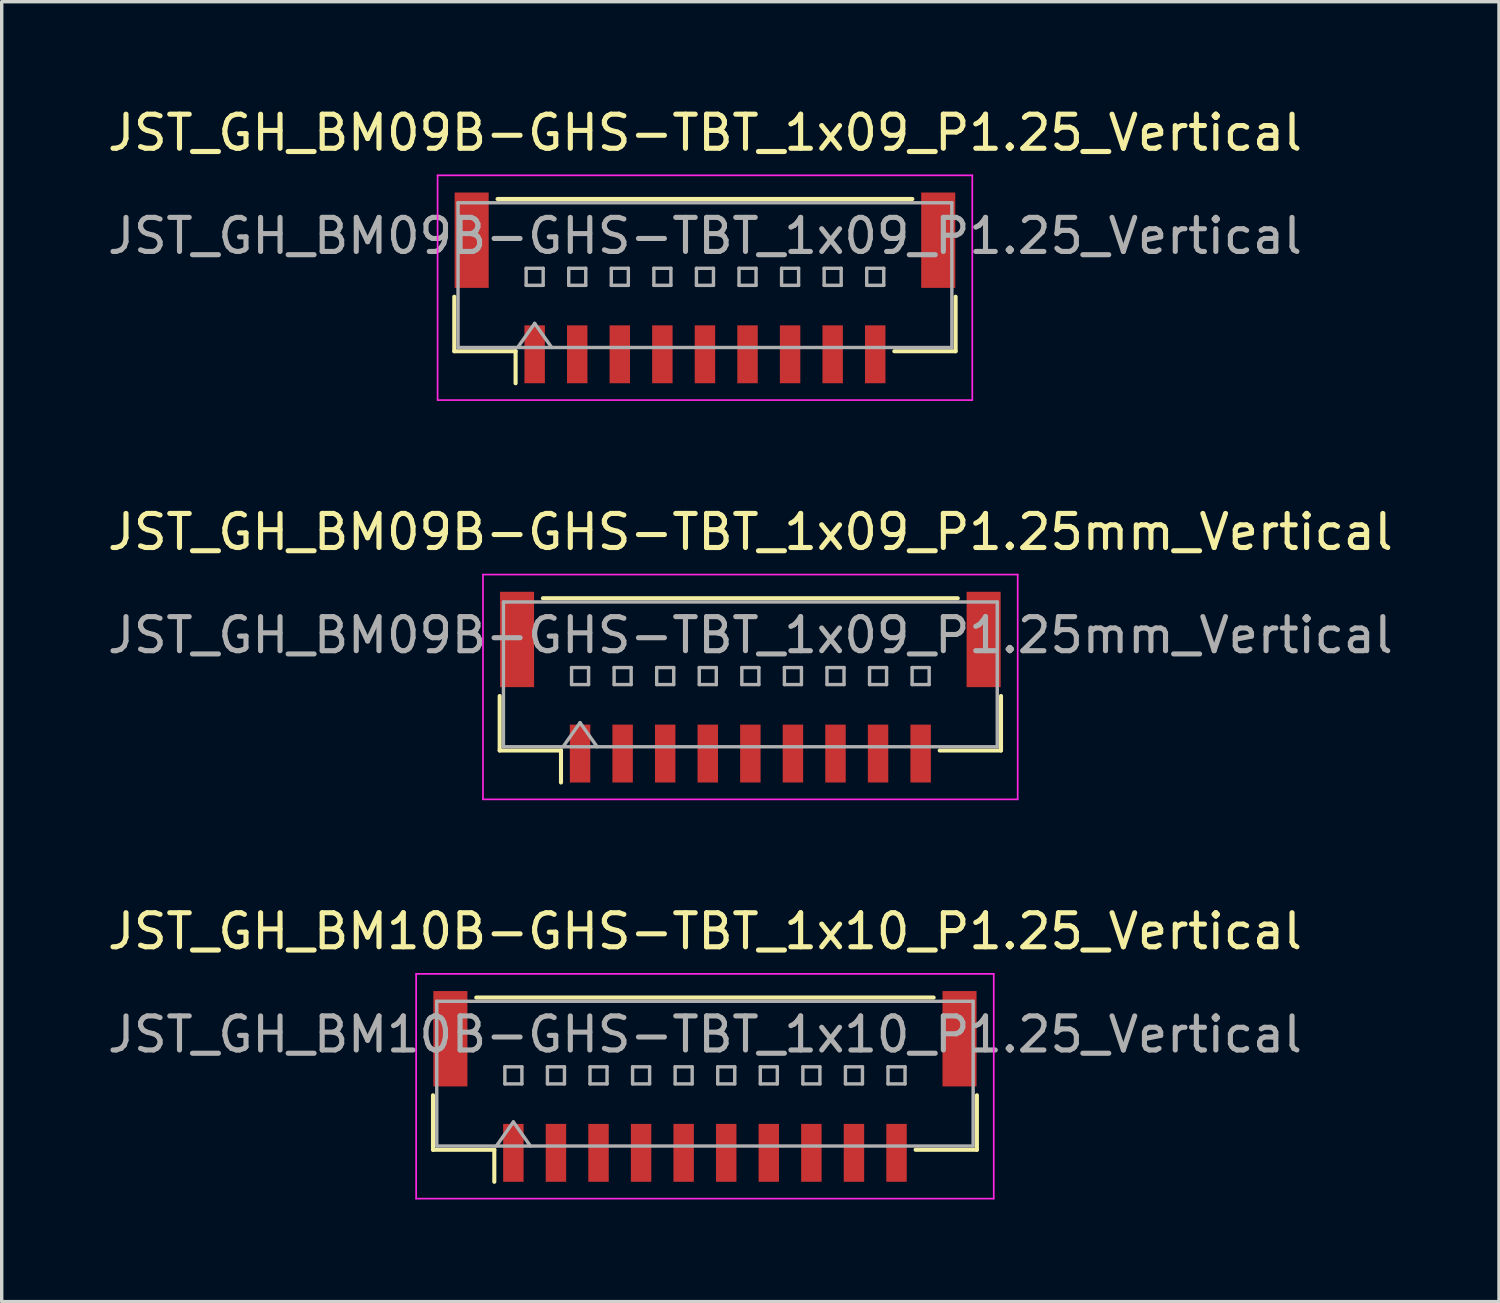
<source format=kicad_pcb>
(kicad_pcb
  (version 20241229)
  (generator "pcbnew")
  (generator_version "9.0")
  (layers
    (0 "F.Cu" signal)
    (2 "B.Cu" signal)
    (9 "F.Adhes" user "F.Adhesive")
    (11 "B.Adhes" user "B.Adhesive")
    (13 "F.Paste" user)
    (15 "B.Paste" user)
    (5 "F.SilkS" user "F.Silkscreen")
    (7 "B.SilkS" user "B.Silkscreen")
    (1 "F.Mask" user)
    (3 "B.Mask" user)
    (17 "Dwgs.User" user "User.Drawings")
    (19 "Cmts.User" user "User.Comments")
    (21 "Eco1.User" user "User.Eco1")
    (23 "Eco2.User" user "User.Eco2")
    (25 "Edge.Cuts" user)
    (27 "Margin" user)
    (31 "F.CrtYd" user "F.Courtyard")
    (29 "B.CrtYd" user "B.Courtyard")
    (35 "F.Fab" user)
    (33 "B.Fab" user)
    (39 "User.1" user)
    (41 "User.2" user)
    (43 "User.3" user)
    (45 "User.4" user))
  (footprint "JST_GH_BM09B-GHS-TBT_1x09_P1.25_Vertical"
    (layer "F.Cu")
    (at 17.649 5.678)
    (property "Reference" "JST_GH_BM09B-GHS-TBT_1x09_P1.25_Vertical" (at 0 -4.83 0) (layer "F.SilkS") (effects (font (size 1 1) (thickness 0.15))))
    (attr smd)
    (fp_line (start -7.36 -0.015) (end -7.36 1.585) (stroke (width 0.12) (type solid)) (layer "F.SilkS"))
    (fp_line (start -7.36 1.585) (end -5.56 1.585) (stroke (width 0.12) (type solid)) (layer "F.SilkS"))
    (fp_line (start -6.09 -2.885) (end 6.09 -2.885) (stroke (width 0.12) (type solid)) (layer "F.SilkS"))
    (fp_line (start -5.56 1.585) (end -5.56 2.525) (stroke (width 0.12) (type solid)) (layer "F.SilkS"))
    (fp_line (start 7.36 -0.015) (end 7.36 1.585) (stroke (width 0.12) (type solid)) (layer "F.SilkS"))
    (fp_line (start 7.36 1.585) (end 5.56 1.585) (stroke (width 0.12) (type solid)) (layer "F.SilkS"))
    (fp_line (start -7.85 -3.58) (end -7.85 3.02) (stroke (width 0.05) (type solid)) (layer "F.CrtYd"))
    (fp_line (start -7.85 3.02) (end 7.85 3.02) (stroke (width 0.05) (type solid)) (layer "F.CrtYd"))
    (fp_line (start 7.85 -3.58) (end -7.85 -3.58) (stroke (width 0.05) (type solid)) (layer "F.CrtYd"))
    (fp_line (start 7.85 3.02) (end 7.85 -3.58) (stroke (width 0.05) (type solid)) (layer "F.CrtYd"))
    (fp_line (start -7.25 -2.775) (end -7.25 1.475) (stroke (width 0.1) (type solid)) (layer "F.Fab"))
    (fp_line (start -7.25 1.475) (end 7.25 1.475) (stroke (width 0.1) (type solid)) (layer "F.Fab"))
    (fp_line (start -5.5 1.475) (end -5 0.768) (stroke (width 0.1) (type solid)) (layer "F.Fab"))
    (fp_line (start -5.25 -0.85) (end -5.25 -0.35) (stroke (width 0.1) (type solid)) (layer "F.Fab"))
    (fp_line (start -5.25 -0.35) (end -4.75 -0.35) (stroke (width 0.1) (type solid)) (layer "F.Fab"))
    (fp_line (start -5 0.768) (end -4.5 1.475) (stroke (width 0.1) (type solid)) (layer "F.Fab"))
    (fp_line (start -4.75 -0.85) (end -5.25 -0.85) (stroke (width 0.1) (type solid)) (layer "F.Fab"))
    (fp_line (start -4.75 -0.35) (end -4.75 -0.85) (stroke (width 0.1) (type solid)) (layer "F.Fab"))
    (fp_line (start -4 -0.85) (end -4 -0.35) (stroke (width 0.1) (type solid)) (layer "F.Fab"))
    (fp_line (start -4 -0.35) (end -3.5 -0.35) (stroke (width 0.1) (type solid)) (layer "F.Fab"))
    (fp_line (start -3.5 -0.85) (end -4 -0.85) (stroke (width 0.1) (type solid)) (layer "F.Fab"))
    (fp_line (start -3.5 -0.35) (end -3.5 -0.85) (stroke (width 0.1) (type solid)) (layer "F.Fab"))
    (fp_line (start -2.75 -0.85) (end -2.75 -0.35) (stroke (width 0.1) (type solid)) (layer "F.Fab"))
    (fp_line (start -2.75 -0.35) (end -2.25 -0.35) (stroke (width 0.1) (type solid)) (layer "F.Fab"))
    (fp_line (start -2.25 -0.85) (end -2.75 -0.85) (stroke (width 0.1) (type solid)) (layer "F.Fab"))
    (fp_line (start -2.25 -0.35) (end -2.25 -0.85) (stroke (width 0.1) (type solid)) (layer "F.Fab"))
    (fp_line (start -1.5 -0.85) (end -1.5 -0.35) (stroke (width 0.1) (type solid)) (layer "F.Fab"))
    (fp_line (start -1.5 -0.35) (end -1 -0.35) (stroke (width 0.1) (type solid)) (layer "F.Fab"))
    (fp_line (start -1 -0.85) (end -1.5 -0.85) (stroke (width 0.1) (type solid)) (layer "F.Fab"))
    (fp_line (start -1 -0.35) (end -1 -0.85) (stroke (width 0.1) (type solid)) (layer "F.Fab"))
    (fp_line (start -0.25 -0.85) (end -0.25 -0.35) (stroke (width 0.1) (type solid)) (layer "F.Fab"))
    (fp_line (start -0.25 -0.35) (end 0.25 -0.35) (stroke (width 0.1) (type solid)) (layer "F.Fab"))
    (fp_line (start 0.25 -0.85) (end -0.25 -0.85) (stroke (width 0.1) (type solid)) (layer "F.Fab"))
    (fp_line (start 0.25 -0.35) (end 0.25 -0.85) (stroke (width 0.1) (type solid)) (layer "F.Fab"))
    (fp_line (start 1 -0.85) (end 1 -0.35) (stroke (width 0.1) (type solid)) (layer "F.Fab"))
    (fp_line (start 1 -0.35) (end 1.5 -0.35) (stroke (width 0.1) (type solid)) (layer "F.Fab"))
    (fp_line (start 1.5 -0.85) (end 1 -0.85) (stroke (width 0.1) (type solid)) (layer "F.Fab"))
    (fp_line (start 1.5 -0.35) (end 1.5 -0.85) (stroke (width 0.1) (type solid)) (layer "F.Fab"))
    (fp_line (start 2.25 -0.85) (end 2.25 -0.35) (stroke (width 0.1) (type solid)) (layer "F.Fab"))
    (fp_line (start 2.25 -0.35) (end 2.75 -0.35) (stroke (width 0.1) (type solid)) (layer "F.Fab"))
    (fp_line (start 2.75 -0.85) (end 2.25 -0.85) (stroke (width 0.1) (type solid)) (layer "F.Fab"))
    (fp_line (start 2.75 -0.35) (end 2.75 -0.85) (stroke (width 0.1) (type solid)) (layer "F.Fab"))
    (fp_line (start 3.5 -0.85) (end 3.5 -0.35) (stroke (width 0.1) (type solid)) (layer "F.Fab"))
    (fp_line (start 3.5 -0.35) (end 4 -0.35) (stroke (width 0.1) (type solid)) (layer "F.Fab"))
    (fp_line (start 4 -0.85) (end 3.5 -0.85) (stroke (width 0.1) (type solid)) (layer "F.Fab"))
    (fp_line (start 4 -0.35) (end 4 -0.85) (stroke (width 0.1) (type solid)) (layer "F.Fab"))
    (fp_line (start 4.75 -0.85) (end 4.75 -0.35) (stroke (width 0.1) (type solid)) (layer "F.Fab"))
    (fp_line (start 4.75 -0.35) (end 5.25 -0.35) (stroke (width 0.1) (type solid)) (layer "F.Fab"))
    (fp_line (start 5.25 -0.85) (end 4.75 -0.85) (stroke (width 0.1) (type solid)) (layer "F.Fab"))
    (fp_line (start 5.25 -0.35) (end 5.25 -0.85) (stroke (width 0.1) (type solid)) (layer "F.Fab"))
    (fp_line (start 7.25 -2.775) (end -7.25 -2.775) (stroke (width 0.1) (type solid)) (layer "F.Fab"))
    (fp_line (start 7.25 1.475) (end 7.25 -2.775) (stroke (width 0.1) (type solid)) (layer "F.Fab"))
    (fp_text user "${REFERENCE}" (at 0 -1.8 0) (layer "F.Fab") (effects (font (size 1 1) (thickness 0.15))))
    (pad "" smd rect (at -6.85 -1.675) (size 1 2.8) (layers "F.Cu" "F.Mask" "F.Paste"))
    (pad "" smd rect (at 6.85 -1.675) (size 1 2.8) (layers "F.Cu" "F.Mask" "F.Paste"))
    (pad "1" smd rect (at -5 1.675) (size 0.6 1.7) (layers "F.Cu" "F.Mask" "F.Paste"))
    (pad "2" smd rect (at -3.75 1.675) (size 0.6 1.7) (layers "F.Cu" "F.Mask" "F.Paste"))
    (pad "3" smd rect (at -2.5 1.675) (size 0.6 1.7) (layers "F.Cu" "F.Mask" "F.Paste"))
    (pad "4" smd rect (at -1.25 1.675) (size 0.6 1.7) (layers "F.Cu" "F.Mask" "F.Paste"))
    (pad "5" smd rect (at 0 1.675) (size 0.6 1.7) (layers "F.Cu" "F.Mask" "F.Paste"))
    (pad "6" smd rect (at 1.25 1.675) (size 0.6 1.7) (layers "F.Cu" "F.Mask" "F.Paste"))
    (pad "7" smd rect (at 2.5 1.675) (size 0.6 1.7) (layers "F.Cu" "F.Mask" "F.Paste"))
    (pad "8" smd rect (at 3.75 1.675) (size 0.6 1.7) (layers "F.Cu" "F.Mask" "F.Paste"))
    (pad "9" smd rect (at 5 1.675) (size 0.6 1.7) (layers "F.Cu" "F.Mask" "F.Paste")))
  (footprint "JST_GH_BM10B-GHS-TBT_1x10_P1.25_Vertical"
    (layer "F.Cu")
    (at 17.649 29.125)
    (property "Reference" "JST_GH_BM10B-GHS-TBT_1x10_P1.25_Vertical" (at 0 -4.83 0) (layer "F.SilkS") (effects (font (size 1 1) (thickness 0.15))))
    (attr smd)
    (fp_line (start -7.985 -0.015) (end -7.985 1.585) (stroke (width 0.12) (type solid)) (layer "F.SilkS"))
    (fp_line (start -7.985 1.585) (end -6.185 1.585) (stroke (width 0.12) (type solid)) (layer "F.SilkS"))
    (fp_line (start -6.715 -2.885) (end 6.715 -2.885) (stroke (width 0.12) (type solid)) (layer "F.SilkS"))
    (fp_line (start -6.185 1.585) (end -6.185 2.525) (stroke (width 0.12) (type solid)) (layer "F.SilkS"))
    (fp_line (start 7.985 -0.015) (end 7.985 1.585) (stroke (width 0.12) (type solid)) (layer "F.SilkS"))
    (fp_line (start 7.985 1.585) (end 6.185 1.585) (stroke (width 0.12) (type solid)) (layer "F.SilkS"))
    (fp_line (start -8.48 -3.58) (end -8.48 3.02) (stroke (width 0.05) (type solid)) (layer "F.CrtYd"))
    (fp_line (start -8.48 3.02) (end 8.48 3.02) (stroke (width 0.05) (type solid)) (layer "F.CrtYd"))
    (fp_line (start 8.48 -3.58) (end -8.48 -3.58) (stroke (width 0.05) (type solid)) (layer "F.CrtYd"))
    (fp_line (start 8.48 3.02) (end 8.48 -3.58) (stroke (width 0.05) (type solid)) (layer "F.CrtYd"))
    (fp_line (start -7.875 -2.775) (end -7.875 1.475) (stroke (width 0.1) (type solid)) (layer "F.Fab"))
    (fp_line (start -7.875 1.475) (end 7.875 1.475) (stroke (width 0.1) (type solid)) (layer "F.Fab"))
    (fp_line (start -6.125 1.475) (end -5.625 0.768) (stroke (width 0.1) (type solid)) (layer "F.Fab"))
    (fp_line (start -5.875 -0.85) (end -5.875 -0.35) (stroke (width 0.1) (type solid)) (layer "F.Fab"))
    (fp_line (start -5.875 -0.35) (end -5.375 -0.35) (stroke (width 0.1) (type solid)) (layer "F.Fab"))
    (fp_line (start -5.625 0.768) (end -5.125 1.475) (stroke (width 0.1) (type solid)) (layer "F.Fab"))
    (fp_line (start -5.375 -0.85) (end -5.875 -0.85) (stroke (width 0.1) (type solid)) (layer "F.Fab"))
    (fp_line (start -5.375 -0.35) (end -5.375 -0.85) (stroke (width 0.1) (type solid)) (layer "F.Fab"))
    (fp_line (start -4.625 -0.85) (end -4.625 -0.35) (stroke (width 0.1) (type solid)) (layer "F.Fab"))
    (fp_line (start -4.625 -0.35) (end -4.125 -0.35) (stroke (width 0.1) (type solid)) (layer "F.Fab"))
    (fp_line (start -4.125 -0.85) (end -4.625 -0.85) (stroke (width 0.1) (type solid)) (layer "F.Fab"))
    (fp_line (start -4.125 -0.35) (end -4.125 -0.85) (stroke (width 0.1) (type solid)) (layer "F.Fab"))
    (fp_line (start -3.375 -0.85) (end -3.375 -0.35) (stroke (width 0.1) (type solid)) (layer "F.Fab"))
    (fp_line (start -3.375 -0.35) (end -2.875 -0.35) (stroke (width 0.1) (type solid)) (layer "F.Fab"))
    (fp_line (start -2.875 -0.85) (end -3.375 -0.85) (stroke (width 0.1) (type solid)) (layer "F.Fab"))
    (fp_line (start -2.875 -0.35) (end -2.875 -0.85) (stroke (width 0.1) (type solid)) (layer "F.Fab"))
    (fp_line (start -2.125 -0.85) (end -2.125 -0.35) (stroke (width 0.1) (type solid)) (layer "F.Fab"))
    (fp_line (start -2.125 -0.35) (end -1.625 -0.35) (stroke (width 0.1) (type solid)) (layer "F.Fab"))
    (fp_line (start -1.625 -0.85) (end -2.125 -0.85) (stroke (width 0.1) (type solid)) (layer "F.Fab"))
    (fp_line (start -1.625 -0.35) (end -1.625 -0.85) (stroke (width 0.1) (type solid)) (layer "F.Fab"))
    (fp_line (start -0.875 -0.85) (end -0.875 -0.35) (stroke (width 0.1) (type solid)) (layer "F.Fab"))
    (fp_line (start -0.875 -0.35) (end -0.375 -0.35) (stroke (width 0.1) (type solid)) (layer "F.Fab"))
    (fp_line (start -0.375 -0.85) (end -0.875 -0.85) (stroke (width 0.1) (type solid)) (layer "F.Fab"))
    (fp_line (start -0.375 -0.35) (end -0.375 -0.85) (stroke (width 0.1) (type solid)) (layer "F.Fab"))
    (fp_line (start 0.375 -0.85) (end 0.375 -0.35) (stroke (width 0.1) (type solid)) (layer "F.Fab"))
    (fp_line (start 0.375 -0.35) (end 0.875 -0.35) (stroke (width 0.1) (type solid)) (layer "F.Fab"))
    (fp_line (start 0.875 -0.85) (end 0.375 -0.85) (stroke (width 0.1) (type solid)) (layer "F.Fab"))
    (fp_line (start 0.875 -0.35) (end 0.875 -0.85) (stroke (width 0.1) (type solid)) (layer "F.Fab"))
    (fp_line (start 1.625 -0.85) (end 1.625 -0.35) (stroke (width 0.1) (type solid)) (layer "F.Fab"))
    (fp_line (start 1.625 -0.35) (end 2.125 -0.35) (stroke (width 0.1) (type solid)) (layer "F.Fab"))
    (fp_line (start 2.125 -0.85) (end 1.625 -0.85) (stroke (width 0.1) (type solid)) (layer "F.Fab"))
    (fp_line (start 2.125 -0.35) (end 2.125 -0.85) (stroke (width 0.1) (type solid)) (layer "F.Fab"))
    (fp_line (start 2.875 -0.85) (end 2.875 -0.35) (stroke (width 0.1) (type solid)) (layer "F.Fab"))
    (fp_line (start 2.875 -0.35) (end 3.375 -0.35) (stroke (width 0.1) (type solid)) (layer "F.Fab"))
    (fp_line (start 3.375 -0.85) (end 2.875 -0.85) (stroke (width 0.1) (type solid)) (layer "F.Fab"))
    (fp_line (start 3.375 -0.35) (end 3.375 -0.85) (stroke (width 0.1) (type solid)) (layer "F.Fab"))
    (fp_line (start 4.125 -0.85) (end 4.125 -0.35) (stroke (width 0.1) (type solid)) (layer "F.Fab"))
    (fp_line (start 4.125 -0.35) (end 4.625 -0.35) (stroke (width 0.1) (type solid)) (layer "F.Fab"))
    (fp_line (start 4.625 -0.85) (end 4.125 -0.85) (stroke (width 0.1) (type solid)) (layer "F.Fab"))
    (fp_line (start 4.625 -0.35) (end 4.625 -0.85) (stroke (width 0.1) (type solid)) (layer "F.Fab"))
    (fp_line (start 5.375 -0.85) (end 5.375 -0.35) (stroke (width 0.1) (type solid)) (layer "F.Fab"))
    (fp_line (start 5.375 -0.35) (end 5.875 -0.35) (stroke (width 0.1) (type solid)) (layer "F.Fab"))
    (fp_line (start 5.875 -0.85) (end 5.375 -0.85) (stroke (width 0.1) (type solid)) (layer "F.Fab"))
    (fp_line (start 5.875 -0.35) (end 5.875 -0.85) (stroke (width 0.1) (type solid)) (layer "F.Fab"))
    (fp_line (start 7.875 -2.775) (end -7.875 -2.775) (stroke (width 0.1) (type solid)) (layer "F.Fab"))
    (fp_line (start 7.875 1.475) (end 7.875 -2.775) (stroke (width 0.1) (type solid)) (layer "F.Fab"))
    (fp_text user "${REFERENCE}" (at 0 -1.8 0) (layer "F.Fab") (effects (font (size 1 1) (thickness 0.15))))
    (pad "" smd rect (at -7.475 -1.675) (size 1 2.8) (layers "F.Cu" "F.Mask" "F.Paste"))
    (pad "" smd rect (at 7.475 -1.675) (size 1 2.8) (layers "F.Cu" "F.Mask" "F.Paste"))
    (pad "1" smd rect (at -5.625 1.675) (size 0.6 1.7) (layers "F.Cu" "F.Mask" "F.Paste"))
    (pad "2" smd rect (at -4.375 1.675) (size 0.6 1.7) (layers "F.Cu" "F.Mask" "F.Paste"))
    (pad "3" smd rect (at -3.125 1.675) (size 0.6 1.7) (layers "F.Cu" "F.Mask" "F.Paste"))
    (pad "4" smd rect (at -1.875 1.675) (size 0.6 1.7) (layers "F.Cu" "F.Mask" "F.Paste"))
    (pad "5" smd rect (at -0.625 1.675) (size 0.6 1.7) (layers "F.Cu" "F.Mask" "F.Paste"))
    (pad "6" smd rect (at 0.625 1.675) (size 0.6 1.7) (layers "F.Cu" "F.Mask" "F.Paste"))
    (pad "7" smd rect (at 1.875 1.675) (size 0.6 1.7) (layers "F.Cu" "F.Mask" "F.Paste"))
    (pad "8" smd rect (at 3.125 1.675) (size 0.6 1.7) (layers "F.Cu" "F.Mask" "F.Paste"))
    (pad "9" smd rect (at 4.375 1.675) (size 0.6 1.7) (layers "F.Cu" "F.Mask" "F.Paste"))
    (pad "10" smd rect (at 5.625 1.675) (size 0.6 1.7) (layers "F.Cu" "F.Mask" "F.Paste")))
  (footprint "JST_GH_BM09B-GHS-TBT_1x09_P1.25mm_Vertical"
    (layer "F.Cu")
    (at 18.982 17.401)
    (property "Reference" "JST_GH_BM09B-GHS-TBT_1x09_P1.25mm_Vertical" (at 0 -4.83 0) (layer "F.SilkS") (effects (font (size 1 1) (thickness 0.15))))
    (attr smd)
    (fp_line (start -7.36 -0.015) (end -7.36 1.585) (stroke (width 0.12) (type solid)) (layer "F.SilkS"))
    (fp_line (start -7.36 1.585) (end -5.56 1.585) (stroke (width 0.12) (type solid)) (layer "F.SilkS"))
    (fp_line (start -6.09 -2.885) (end 6.09 -2.885) (stroke (width 0.12) (type solid)) (layer "F.SilkS"))
    (fp_line (start -5.56 1.585) (end -5.56 2.525) (stroke (width 0.12) (type solid)) (layer "F.SilkS"))
    (fp_line (start 7.36 -0.015) (end 7.36 1.585) (stroke (width 0.12) (type solid)) (layer "F.SilkS"))
    (fp_line (start 7.36 1.585) (end 5.56 1.585) (stroke (width 0.12) (type solid)) (layer "F.SilkS"))
    (fp_line (start -7.85 -3.58) (end -7.85 3.02) (stroke (width 0.05) (type solid)) (layer "F.CrtYd"))
    (fp_line (start -7.85 3.02) (end 7.85 3.02) (stroke (width 0.05) (type solid)) (layer "F.CrtYd"))
    (fp_line (start 7.85 -3.58) (end -7.85 -3.58) (stroke (width 0.05) (type solid)) (layer "F.CrtYd"))
    (fp_line (start 7.85 3.02) (end 7.85 -3.58) (stroke (width 0.05) (type solid)) (layer "F.CrtYd"))
    (fp_line (start -7.25 -2.775) (end -7.25 1.475) (stroke (width 0.1) (type solid)) (layer "F.Fab"))
    (fp_line (start -7.25 1.475) (end 7.25 1.475) (stroke (width 0.1) (type solid)) (layer "F.Fab"))
    (fp_line (start -5.5 1.475) (end -5 0.768) (stroke (width 0.1) (type solid)) (layer "F.Fab"))
    (fp_line (start -5.25 -0.85) (end -5.25 -0.35) (stroke (width 0.1) (type solid)) (layer "F.Fab"))
    (fp_line (start -5.25 -0.35) (end -4.75 -0.35) (stroke (width 0.1) (type solid)) (layer "F.Fab"))
    (fp_line (start -5 0.768) (end -4.5 1.475) (stroke (width 0.1) (type solid)) (layer "F.Fab"))
    (fp_line (start -4.75 -0.85) (end -5.25 -0.85) (stroke (width 0.1) (type solid)) (layer "F.Fab"))
    (fp_line (start -4.75 -0.35) (end -4.75 -0.85) (stroke (width 0.1) (type solid)) (layer "F.Fab"))
    (fp_line (start -4 -0.85) (end -4 -0.35) (stroke (width 0.1) (type solid)) (layer "F.Fab"))
    (fp_line (start -4 -0.35) (end -3.5 -0.35) (stroke (width 0.1) (type solid)) (layer "F.Fab"))
    (fp_line (start -3.5 -0.85) (end -4 -0.85) (stroke (width 0.1) (type solid)) (layer "F.Fab"))
    (fp_line (start -3.5 -0.35) (end -3.5 -0.85) (stroke (width 0.1) (type solid)) (layer "F.Fab"))
    (fp_line (start -2.75 -0.85) (end -2.75 -0.35) (stroke (width 0.1) (type solid)) (layer "F.Fab"))
    (fp_line (start -2.75 -0.35) (end -2.25 -0.35) (stroke (width 0.1) (type solid)) (layer "F.Fab"))
    (fp_line (start -2.25 -0.85) (end -2.75 -0.85) (stroke (width 0.1) (type solid)) (layer "F.Fab"))
    (fp_line (start -2.25 -0.35) (end -2.25 -0.85) (stroke (width 0.1) (type solid)) (layer "F.Fab"))
    (fp_line (start -1.5 -0.85) (end -1.5 -0.35) (stroke (width 0.1) (type solid)) (layer "F.Fab"))
    (fp_line (start -1.5 -0.35) (end -1 -0.35) (stroke (width 0.1) (type solid)) (layer "F.Fab"))
    (fp_line (start -1 -0.85) (end -1.5 -0.85) (stroke (width 0.1) (type solid)) (layer "F.Fab"))
    (fp_line (start -1 -0.35) (end -1 -0.85) (stroke (width 0.1) (type solid)) (layer "F.Fab"))
    (fp_line (start -0.25 -0.85) (end -0.25 -0.35) (stroke (width 0.1) (type solid)) (layer "F.Fab"))
    (fp_line (start -0.25 -0.35) (end 0.25 -0.35) (stroke (width 0.1) (type solid)) (layer "F.Fab"))
    (fp_line (start 0.25 -0.85) (end -0.25 -0.85) (stroke (width 0.1) (type solid)) (layer "F.Fab"))
    (fp_line (start 0.25 -0.35) (end 0.25 -0.85) (stroke (width 0.1) (type solid)) (layer "F.Fab"))
    (fp_line (start 1 -0.85) (end 1 -0.35) (stroke (width 0.1) (type solid)) (layer "F.Fab"))
    (fp_line (start 1 -0.35) (end 1.5 -0.35) (stroke (width 0.1) (type solid)) (layer "F.Fab"))
    (fp_line (start 1.5 -0.85) (end 1 -0.85) (stroke (width 0.1) (type solid)) (layer "F.Fab"))
    (fp_line (start 1.5 -0.35) (end 1.5 -0.85) (stroke (width 0.1) (type solid)) (layer "F.Fab"))
    (fp_line (start 2.25 -0.85) (end 2.25 -0.35) (stroke (width 0.1) (type solid)) (layer "F.Fab"))
    (fp_line (start 2.25 -0.35) (end 2.75 -0.35) (stroke (width 0.1) (type solid)) (layer "F.Fab"))
    (fp_line (start 2.75 -0.85) (end 2.25 -0.85) (stroke (width 0.1) (type solid)) (layer "F.Fab"))
    (fp_line (start 2.75 -0.35) (end 2.75 -0.85) (stroke (width 0.1) (type solid)) (layer "F.Fab"))
    (fp_line (start 3.5 -0.85) (end 3.5 -0.35) (stroke (width 0.1) (type solid)) (layer "F.Fab"))
    (fp_line (start 3.5 -0.35) (end 4 -0.35) (stroke (width 0.1) (type solid)) (layer "F.Fab"))
    (fp_line (start 4 -0.85) (end 3.5 -0.85) (stroke (width 0.1) (type solid)) (layer "F.Fab"))
    (fp_line (start 4 -0.35) (end 4 -0.85) (stroke (width 0.1) (type solid)) (layer "F.Fab"))
    (fp_line (start 4.75 -0.85) (end 4.75 -0.35) (stroke (width 0.1) (type solid)) (layer "F.Fab"))
    (fp_line (start 4.75 -0.35) (end 5.25 -0.35) (stroke (width 0.1) (type solid)) (layer "F.Fab"))
    (fp_line (start 5.25 -0.85) (end 4.75 -0.85) (stroke (width 0.1) (type solid)) (layer "F.Fab"))
    (fp_line (start 5.25 -0.35) (end 5.25 -0.85) (stroke (width 0.1) (type solid)) (layer "F.Fab"))
    (fp_line (start 7.25 -2.775) (end -7.25 -2.775) (stroke (width 0.1) (type solid)) (layer "F.Fab"))
    (fp_line (start 7.25 1.475) (end 7.25 -2.775) (stroke (width 0.1) (type solid)) (layer "F.Fab"))
    (fp_text user "${REFERENCE}" (at 0 -1.8 0) (layer "F.Fab") (effects (font (size 1 1) (thickness 0.15))))
    (pad "" smd rect (at -6.85 -1.675) (size 1 2.8) (layers "F.Cu" "F.Mask" "F.Paste"))
    (pad "" smd rect (at 6.85 -1.675) (size 1 2.8) (layers "F.Cu" "F.Mask" "F.Paste"))
    (pad "1" smd rect (at -5 1.675) (size 0.6 1.7) (layers "F.Cu" "F.Mask" "F.Paste"))
    (pad "2" smd rect (at -3.75 1.675) (size 0.6 1.7) (layers "F.Cu" "F.Mask" "F.Paste"))
    (pad "3" smd rect (at -2.5 1.675) (size 0.6 1.7) (layers "F.Cu" "F.Mask" "F.Paste"))
    (pad "4" smd rect (at -1.25 1.675) (size 0.6 1.7) (layers "F.Cu" "F.Mask" "F.Paste"))
    (pad "5" smd rect (at 0 1.675) (size 0.6 1.7) (layers "F.Cu" "F.Mask" "F.Paste"))
    (pad "6" smd rect (at 1.25 1.675) (size 0.6 1.7) (layers "F.Cu" "F.Mask" "F.Paste"))
    (pad "7" smd rect (at 2.5 1.675) (size 0.6 1.7) (layers "F.Cu" "F.Mask" "F.Paste"))
    (pad "8" smd rect (at 3.75 1.675) (size 0.6 1.7) (layers "F.Cu" "F.Mask" "F.Paste"))
    (pad "9" smd rect (at 5 1.675) (size 0.6 1.7) (layers "F.Cu" "F.Mask" "F.Paste")))
  (gr_rect
    (start -3 -3)
    (end 40.964 35.17)
    (stroke (width 0.1) (type default))
    (fill no)
    (layer "Edge.Cuts")))
</source>
